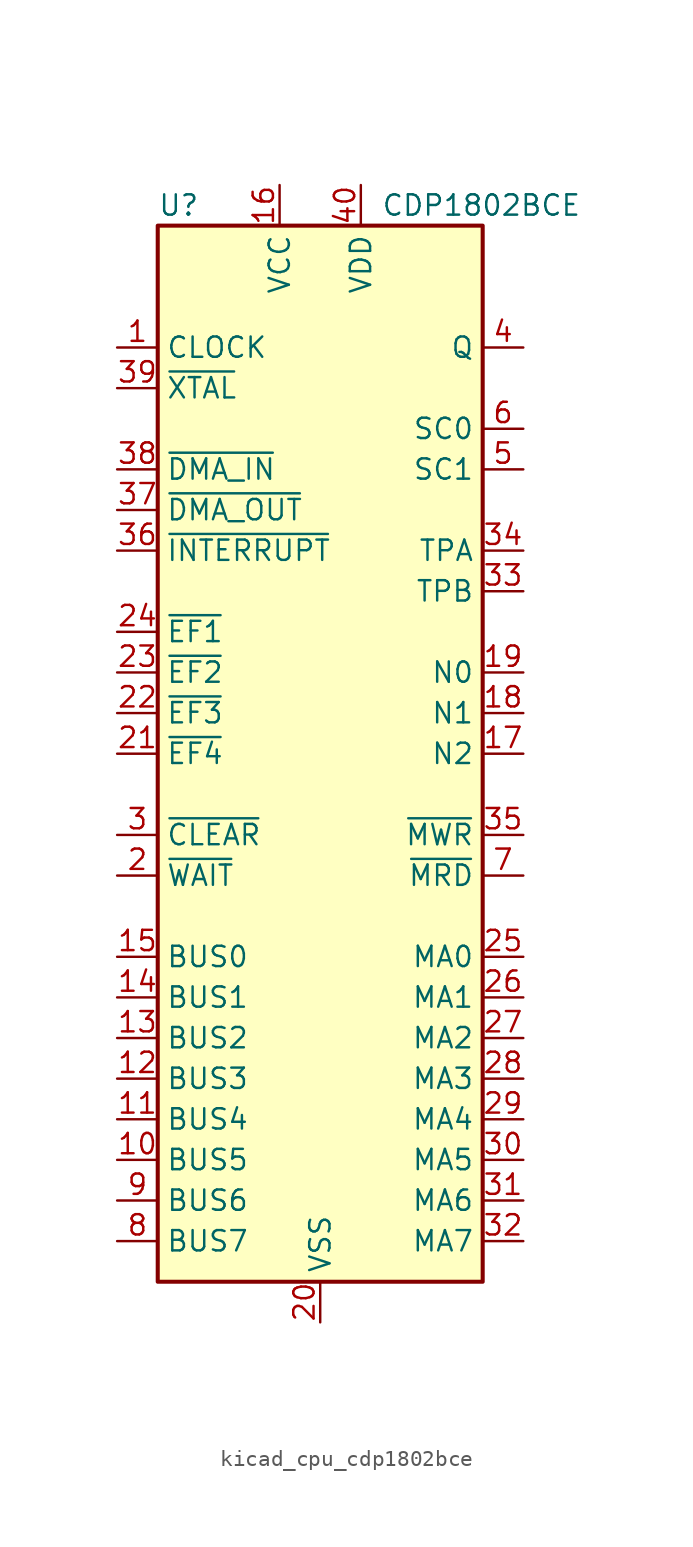
<source format=kicad_sym>
(kicad_symbol_lib
  (version 20220914)
  (generator kicad_symbol_editor)
  (symbol "kicad_cpu_cdp1802bce"
    (property "Reference" "U"
      (at -10.16 34.29 0)
      (effects (font (size 1.27 1.27)) (justify left)))
    (property "Value" "CDP1802BCE"
      (at 3.81 34.29 0)
      (effects (font (size 1.27 1.27)) (justify left)))
    (symbol "kicad_cpu_cdp1802bce_0_1"
      (rectangle (start -10.16 33.02) (end 10.16 -33.02) (stroke (width 0.254) (type default)) (fill (type background))))
    (symbol "kicad_cpu_cdp1802bce_1_1"
      (pin input line (at -12.7 25.4 0) (length 2.54) (name "CLOCK" (effects (font (size 1.27 1.27)))) (number "1" (effects (font (size 1.27 1.27)))))
      (pin bidirectional line (at -12.7 -25.4 0) (length 2.54) (name "BUS5" (effects (font (size 1.27 1.27)))) (number "10" (effects (font (size 1.27 1.27)))))
      (pin bidirectional line (at -12.7 -22.86 0) (length 2.54) (name "BUS4" (effects (font (size 1.27 1.27)))) (number "11" (effects (font (size 1.27 1.27)))))
      (pin bidirectional line (at -12.7 -20.32 0) (length 2.54) (name "BUS3" (effects (font (size 1.27 1.27)))) (number "12" (effects (font (size 1.27 1.27)))))
      (pin bidirectional line (at -12.7 -17.78 0) (length 2.54) (name "BUS2" (effects (font (size 1.27 1.27)))) (number "13" (effects (font (size 1.27 1.27)))))
      (pin bidirectional line (at -12.7 -15.24 0) (length 2.54) (name "BUS1" (effects (font (size 1.27 1.27)))) (number "14" (effects (font (size 1.27 1.27)))))
      (pin bidirectional line (at -12.7 -12.7 0) (length 2.54) (name "BUS0" (effects (font (size 1.27 1.27)))) (number "15" (effects (font (size 1.27 1.27)))))
      (pin power_in line (at -2.54 35.56 270) (length 2.54) (name "VCC" (effects (font (size 1.27 1.27)))) (number "16" (effects (font (size 1.27 1.27)))))
      (pin output line (at 12.7 0 180) (length 2.54) (name "N2" (effects (font (size 1.27 1.27)))) (number "17" (effects (font (size 1.27 1.27)))))
      (pin output line (at 12.7 2.54 180) (length 2.54) (name "N1" (effects (font (size 1.27 1.27)))) (number "18" (effects (font (size 1.27 1.27)))))
      (pin output line (at 12.7 5.08 180) (length 2.54) (name "N0" (effects (font (size 1.27 1.27)))) (number "19" (effects (font (size 1.27 1.27)))))
      (pin input line (at -12.7 -7.62 0) (length 2.54) (name "~{WAIT}" (effects (font (size 1.27 1.27)))) (number "2" (effects (font (size 1.27 1.27)))))
      (pin power_in line (at 0 -35.56 90) (length 2.54) (name "VSS" (effects (font (size 1.27 1.27)))) (number "20" (effects (font (size 1.27 1.27)))))
      (pin input line (at -12.7 0 0) (length 2.54) (name "~{EF4}" (effects (font (size 1.27 1.27)))) (number "21" (effects (font (size 1.27 1.27)))))
      (pin input line (at -12.7 2.54 0) (length 2.54) (name "~{EF3}" (effects (font (size 1.27 1.27)))) (number "22" (effects (font (size 1.27 1.27)))))
      (pin input line (at -12.7 5.08 0) (length 2.54) (name "~{EF2}" (effects (font (size 1.27 1.27)))) (number "23" (effects (font (size 1.27 1.27)))))
      (pin input line (at -12.7 7.62 0) (length 2.54) (name "~{EF1}" (effects (font (size 1.27 1.27)))) (number "24" (effects (font (size 1.27 1.27)))))
      (pin output line (at 12.7 -12.7 180) (length 2.54) (name "MA0" (effects (font (size 1.27 1.27)))) (number "25" (effects (font (size 1.27 1.27)))))
      (pin output line (at 12.7 -15.24 180) (length 2.54) (name "MA1" (effects (font (size 1.27 1.27)))) (number "26" (effects (font (size 1.27 1.27)))))
      (pin output line (at 12.7 -17.78 180) (length 2.54) (name "MA2" (effects (font (size 1.27 1.27)))) (number "27" (effects (font (size 1.27 1.27)))))
      (pin output line (at 12.7 -20.32 180) (length 2.54) (name "MA3" (effects (font (size 1.27 1.27)))) (number "28" (effects (font (size 1.27 1.27)))))
      (pin output line (at 12.7 -22.86 180) (length 2.54) (name "MA4" (effects (font (size 1.27 1.27)))) (number "29" (effects (font (size 1.27 1.27)))))
      (pin input line (at -12.7 -5.08 0) (length 2.54) (name "~{CLEAR}" (effects (font (size 1.27 1.27)))) (number "3" (effects (font (size 1.27 1.27)))))
      (pin output line (at 12.7 -25.4 180) (length 2.54) (name "MA5" (effects (font (size 1.27 1.27)))) (number "30" (effects (font (size 1.27 1.27)))))
      (pin output line (at 12.7 -27.94 180) (length 2.54) (name "MA6" (effects (font (size 1.27 1.27)))) (number "31" (effects (font (size 1.27 1.27)))))
      (pin output line (at 12.7 -30.48 180) (length 2.54) (name "MA7" (effects (font (size 1.27 1.27)))) (number "32" (effects (font (size 1.27 1.27)))))
      (pin output line (at 12.7 10.16 180) (length 2.54) (name "TPB" (effects (font (size 1.27 1.27)))) (number "33" (effects (font (size 1.27 1.27)))))
      (pin output line (at 12.7 12.7 180) (length 2.54) (name "TPA" (effects (font (size 1.27 1.27)))) (number "34" (effects (font (size 1.27 1.27)))))
      (pin output line (at 12.7 -5.08 180) (length 2.54) (name "~{MWR}" (effects (font (size 1.27 1.27)))) (number "35" (effects (font (size 1.27 1.27)))))
      (pin input line (at -12.7 12.7 0) (length 2.54) (name "~{INTERRUPT}" (effects (font (size 1.27 1.27)))) (number "36" (effects (font (size 1.27 1.27)))))
      (pin input line (at -12.7 15.24 0) (length 2.54) (name "~{DMA_OUT}" (effects (font (size 1.27 1.27)))) (number "37" (effects (font (size 1.27 1.27)))))
      (pin input line (at -12.7 17.78 0) (length 2.54) (name "~{DMA_IN}" (effects (font (size 1.27 1.27)))) (number "38" (effects (font (size 1.27 1.27)))))
      (pin output line (at -12.7 22.86 0) (length 2.54) (name "~{XTAL}" (effects (font (size 1.27 1.27)))) (number "39" (effects (font (size 1.27 1.27)))))
      (pin output line (at 12.7 25.4 180) (length 2.54) (name "Q" (effects (font (size 1.27 1.27)))) (number "4" (effects (font (size 1.27 1.27)))))
      (pin power_in line (at 2.54 35.56 270) (length 2.54) (name "VDD" (effects (font (size 1.27 1.27)))) (number "40" (effects (font (size 1.27 1.27)))))
      (pin output line (at 12.7 17.78 180) (length 2.54) (name "SC1" (effects (font (size 1.27 1.27)))) (number "5" (effects (font (size 1.27 1.27)))))
      (pin output line (at 12.7 20.32 180) (length 2.54) (name "SC0" (effects (font (size 1.27 1.27)))) (number "6" (effects (font (size 1.27 1.27)))))
      (pin output line (at 12.7 -7.62 180) (length 2.54) (name "~{MRD}" (effects (font (size 1.27 1.27)))) (number "7" (effects (font (size 1.27 1.27)))))
      (pin bidirectional line (at -12.7 -30.48 0) (length 2.54) (name "BUS7" (effects (font (size 1.27 1.27)))) (number "8" (effects (font (size 1.27 1.27)))))
      (pin bidirectional line (at -12.7 -27.94 0) (length 2.54) (name "BUS6" (effects (font (size 1.27 1.27)))) (number "9" (effects (font (size 1.27 1.27))))))))
</source>
